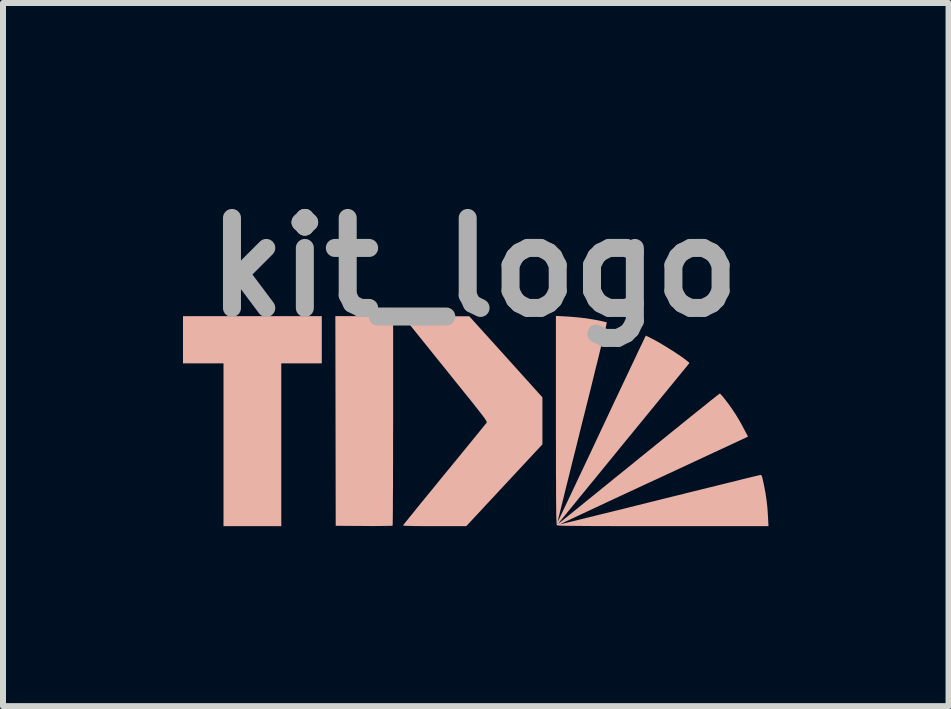
<source format=kicad_pcb>
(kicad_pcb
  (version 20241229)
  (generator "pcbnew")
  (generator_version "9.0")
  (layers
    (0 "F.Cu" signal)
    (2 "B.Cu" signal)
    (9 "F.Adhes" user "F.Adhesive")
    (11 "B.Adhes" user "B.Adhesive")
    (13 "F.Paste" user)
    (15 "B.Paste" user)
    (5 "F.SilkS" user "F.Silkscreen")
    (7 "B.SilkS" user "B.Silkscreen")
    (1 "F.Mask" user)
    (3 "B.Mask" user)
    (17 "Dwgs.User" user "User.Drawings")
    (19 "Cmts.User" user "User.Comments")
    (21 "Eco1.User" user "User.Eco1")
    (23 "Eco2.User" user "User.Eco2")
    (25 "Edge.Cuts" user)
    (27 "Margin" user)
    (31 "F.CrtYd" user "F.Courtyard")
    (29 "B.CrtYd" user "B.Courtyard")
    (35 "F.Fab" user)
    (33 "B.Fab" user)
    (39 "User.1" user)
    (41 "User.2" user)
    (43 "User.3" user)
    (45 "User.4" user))
  (footprint "kit_logo"
    (layer "F.Cu")
    (at 5.909 3.944)
    (property "Reference" "kit_logo" (at -1.057 -2.54 0) (layer "F.Fab") (effects (font (size 1.5 1.5) (thickness 0.3))))
    (attr board_only exclude_from_pos_files exclude_from_bom)
    (fp_poly (pts (xy -5.909 -1.331) (xy -5.909 -0.938) (xy -5.571 -0.938) (xy -5.234 -0.938) (xy -5.234 0.419) (xy -5.234 1.775) (xy -4.752 1.775) (xy -4.271 1.775) (xy -4.271 0.419) (xy -4.271 -0.938) (xy -3.933 -0.938) (xy -3.596 -0.938) (xy -3.596 -1.331) (xy -3.596 -1.725) (xy -4.752 -1.725) (xy -5.909 -1.725)) (stroke (width 0) (type solid)) (fill yes) (layer "B.SilkS"))
    (fp_poly (pts (xy -3.367 0.022) (xy -3.364 1.769) (xy -2.894 1.772) (xy -2.788 1.773) (xy -2.69 1.773) (xy -2.603 1.772) (xy -2.529 1.771) (xy -2.471 1.77) (xy -2.433 1.769) (xy -2.416 1.767) (xy -2.416 1.767) (xy -2.415 1.754) (xy -2.414 1.717) (xy -2.413 1.658) (xy -2.412 1.578) (xy -2.411 1.479) (xy -2.411 1.362) (xy -2.41 1.229) (xy -2.409 1.08) (xy -2.409 0.919) (xy -2.408 0.744) (xy -2.408 0.56) (xy -2.408 0.366) (xy -2.407 0.164) (xy -2.407 0.017) (xy -2.407 -1.725) (xy -2.889 -1.725) (xy -3.37 -1.725)) (stroke (width 0) (type solid)) (fill yes) (layer "B.SilkS"))
    (fp_poly (pts (xy -1.91 -1.309) (xy -1.826 -1.205) (xy -1.73 -1.085) (xy -1.627 -0.957) (xy -1.519 -0.824) (xy -1.413 -0.691) (xy -1.311 -0.565) (xy -1.218 -0.449) (xy -1.204 -0.432) (xy -1.117 -0.324) (xy -1.045 -0.233) (xy -0.986 -0.158) (xy -0.939 -0.098) (xy -0.903 -0.051) (xy -0.877 -0.015) (xy -0.86 0.012) (xy -0.85 0.03) (xy -0.846 0.042) (xy -0.848 0.05) (xy -0.848 0.05) (xy -0.858 0.063) (xy -0.883 0.093) (xy -0.921 0.14) (xy -0.971 0.202) (xy -1.033 0.278) (xy -1.105 0.366) (xy -1.185 0.464) (xy -1.273 0.572) (xy -1.368 0.688) (xy -1.468 0.81) (xy -1.551 0.911) (xy -1.654 1.037) (xy -1.752 1.158) (xy -1.845 1.271) (xy -1.931 1.376) (xy -2.009 1.472) (xy -2.077 1.557) (xy -2.136 1.629) (xy -2.182 1.687) (xy -2.217 1.729) (xy -2.237 1.755) (xy -2.243 1.763) (xy -2.232 1.766) (xy -2.197 1.769) (xy -2.139 1.771) (xy -2.06 1.773) (xy -1.961 1.774) (xy -1.844 1.775) (xy -1.718 1.775) (xy -1.188 1.775) (xy -0.553 1.093) (xy 0.081 0.412) (xy 0.081 0.02) (xy 0.081 -0.372) (xy -0.528 -1.048) (xy -1.138 -1.723) (xy -1.691 -1.724) (xy -2.245 -1.725)) (stroke (width 0) (type solid)) (fill yes) (layer "B.SilkS"))
    (fp_poly (pts (xy 0.306 0.008) (xy 0.306 0.264) (xy 0.307 0.496) (xy 0.307 0.705) (xy 0.307 0.891) (xy 0.308 1.057) (xy 0.308 1.202) (xy 0.309 1.328) (xy 0.31 1.436) (xy 0.311 1.526) (xy 0.312 1.601) (xy 0.314 1.659) (xy 0.316 1.704) (xy 0.317 1.735) (xy 0.319 1.753) (xy 0.321 1.76) (xy 0.329 1.762) (xy 0.349 1.764) (xy 0.38 1.766) (xy 0.426 1.768) (xy 0.486 1.769) (xy 0.561 1.77) (xy 0.653 1.771) (xy 0.762 1.772) (xy 0.889 1.773) (xy 1.036 1.774) (xy 1.202 1.774) (xy 1.39 1.775) (xy 1.6 1.775) (xy 1.833 1.775) (xy 2.091 1.775) (xy 2.093 1.775) (xy 3.849 1.775) (xy 3.841 1.623) (xy 3.832 1.482) (xy 3.818 1.354) (xy 3.8 1.228) (xy 3.774 1.092) (xy 3.772 1.084) (xy 3.758 1.017) (xy 3.747 0.971) (xy 3.738 0.942) (xy 3.73 0.927) (xy 3.721 0.921) (xy 3.714 0.921) (xy 3.699 0.925) (xy 3.661 0.934) (xy 3.602 0.948) (xy 3.523 0.967) (xy 3.425 0.991) (xy 3.31 1.02) (xy 3.179 1.052) (xy 3.034 1.088) (xy 2.876 1.127) (xy 2.707 1.169) (xy 2.527 1.213) (xy 2.339 1.26) (xy 2.143 1.308) (xy 2.032 1.336) (xy 1.834 1.385) (xy 1.642 1.433) (xy 1.458 1.479) (xy 1.284 1.522) (xy 1.121 1.562) (xy 0.97 1.599) (xy 0.833 1.633) (xy 0.711 1.663) (xy 0.606 1.689) (xy 0.518 1.71) (xy 0.45 1.727) (xy 0.402 1.738) (xy 0.377 1.744) (xy 0.372 1.745) (xy 0.383 1.74) (xy 0.415 1.724) (xy 0.468 1.699) (xy 0.539 1.666) (xy 0.627 1.624) (xy 0.732 1.575) (xy 0.852 1.519) (xy 0.985 1.457) (xy 1.131 1.388) (xy 1.288 1.315) (xy 1.455 1.237) (xy 1.63 1.156) (xy 1.813 1.071) (xy 1.939 1.013) (xy 3.508 0.283) (xy 3.435 0.145) (xy 3.4 0.08) (xy 3.362 0.012) (xy 3.325 -0.05) (xy 3.302 -0.087) (xy 3.263 -0.147) (xy 3.221 -0.208) (xy 3.177 -0.269) (xy 3.135 -0.324) (xy 3.097 -0.372) (xy 3.066 -0.408) (xy 3.045 -0.43) (xy 3.037 -0.434) (xy 3.031 -0.431) (xy 3.018 -0.421) (xy 2.997 -0.405) (xy 2.966 -0.381) (xy 2.926 -0.349) (xy 2.876 -0.31) (xy 2.816 -0.261) (xy 2.744 -0.203) (xy 2.66 -0.136) (xy 2.564 -0.059) (xy 2.455 0.029) (xy 2.332 0.129) (xy 2.195 0.239) (xy 2.043 0.362) (xy 1.876 0.497) (xy 1.693 0.645) (xy 1.494 0.807) (xy 1.277 0.982) (xy 1.043 1.172) (xy 0.79 1.377) (xy 0.541 1.579) (xy 0.482 1.627) (xy 0.43 1.669) (xy 0.387 1.702) (xy 0.358 1.725) (xy 0.344 1.734) (xy 0.344 1.735) (xy 0.346 1.731) (xy 0.331 1.731) (xy 0.325 1.738) (xy 0.319 1.731) (xy 0.325 1.725) (xy 0.331 1.731) (xy 0.346 1.731) (xy 0.352 1.725) (xy 0.374 1.696) (xy 0.411 1.651) (xy 0.461 1.59) (xy 0.523 1.513) (xy 0.597 1.423) (xy 0.68 1.32) (xy 0.774 1.206) (xy 0.876 1.081) (xy 0.986 0.947) (xy 1.102 0.804) (xy 1.225 0.654) (xy 1.352 0.498) (xy 1.438 0.393) (xy 2.532 -0.944) (xy 2.492 -0.979) (xy 2.454 -1.009) (xy 2.399 -1.049) (xy 2.331 -1.094) (xy 2.256 -1.144) (xy 2.176 -1.194) (xy 2.098 -1.242) (xy 2.026 -1.285) (xy 1.963 -1.32) (xy 1.956 -1.324) (xy 1.902 -1.352) (xy 1.856 -1.376) (xy 1.822 -1.392) (xy 1.806 -1.4) (xy 1.805 -1.4) (xy 1.799 -1.389) (xy 1.783 -1.356) (xy 1.758 -1.304) (xy 1.724 -1.233) (xy 1.681 -1.144) (xy 1.632 -1.039) (xy 1.575 -0.919) (xy 1.512 -0.786) (xy 1.443 -0.64) (xy 1.369 -0.484) (xy 1.29 -0.317) (xy 1.208 -0.143) (xy 1.123 0.039) (xy 1.068 0.155) (xy 0.981 0.34) (xy 0.897 0.52) (xy 0.816 0.691) (xy 0.739 0.854) (xy 0.667 1.006) (xy 0.601 1.147) (xy 0.54 1.275) (xy 0.486 1.389) (xy 0.439 1.488) (xy 0.4 1.57) (xy 0.37 1.634) (xy 0.348 1.678) (xy 0.336 1.702) (xy 0.334 1.706) (xy 0.337 1.694) (xy 0.345 1.659) (xy 0.359 1.602) (xy 0.377 1.526) (xy 0.401 1.43) (xy 0.429 1.318) (xy 0.46 1.189) (xy 0.496 1.046) (xy 0.535 0.89) (xy 0.576 0.722) (xy 0.621 0.544) (xy 0.668 0.357) (xy 0.716 0.162) (xy 0.745 0.045) (xy 0.795 -0.153) (xy 0.843 -0.345) (xy 0.889 -0.529) (xy 0.932 -0.703) (xy 0.972 -0.867) (xy 1.01 -1.018) (xy 1.043 -1.155) (xy 1.073 -1.278) (xy 1.099 -1.384) (xy 1.121 -1.472) (xy 1.137 -1.54) (xy 1.148 -1.589) (xy 1.154 -1.615) (xy 1.154 -1.619) (xy 1.138 -1.626) (xy 1.101 -1.635) (xy 1.049 -1.647) (xy 0.987 -1.659) (xy 0.92 -1.671) (xy 0.851 -1.682) (xy 0.787 -1.692) (xy 0.782 -1.692) (xy 0.709 -1.701) (xy 0.623 -1.709) (xy 0.535 -1.716) (xy 0.472 -1.72) (xy 0.306 -1.729)) (stroke (width 0) (type solid)) (fill yes) (layer "B.SilkS")))
  (gr_rect
    (start -3 -3)
    (end 12.759 8.719)
    (stroke (width 0.1) (type default))
    (fill no)
    (layer "Edge.Cuts")))
</source>
